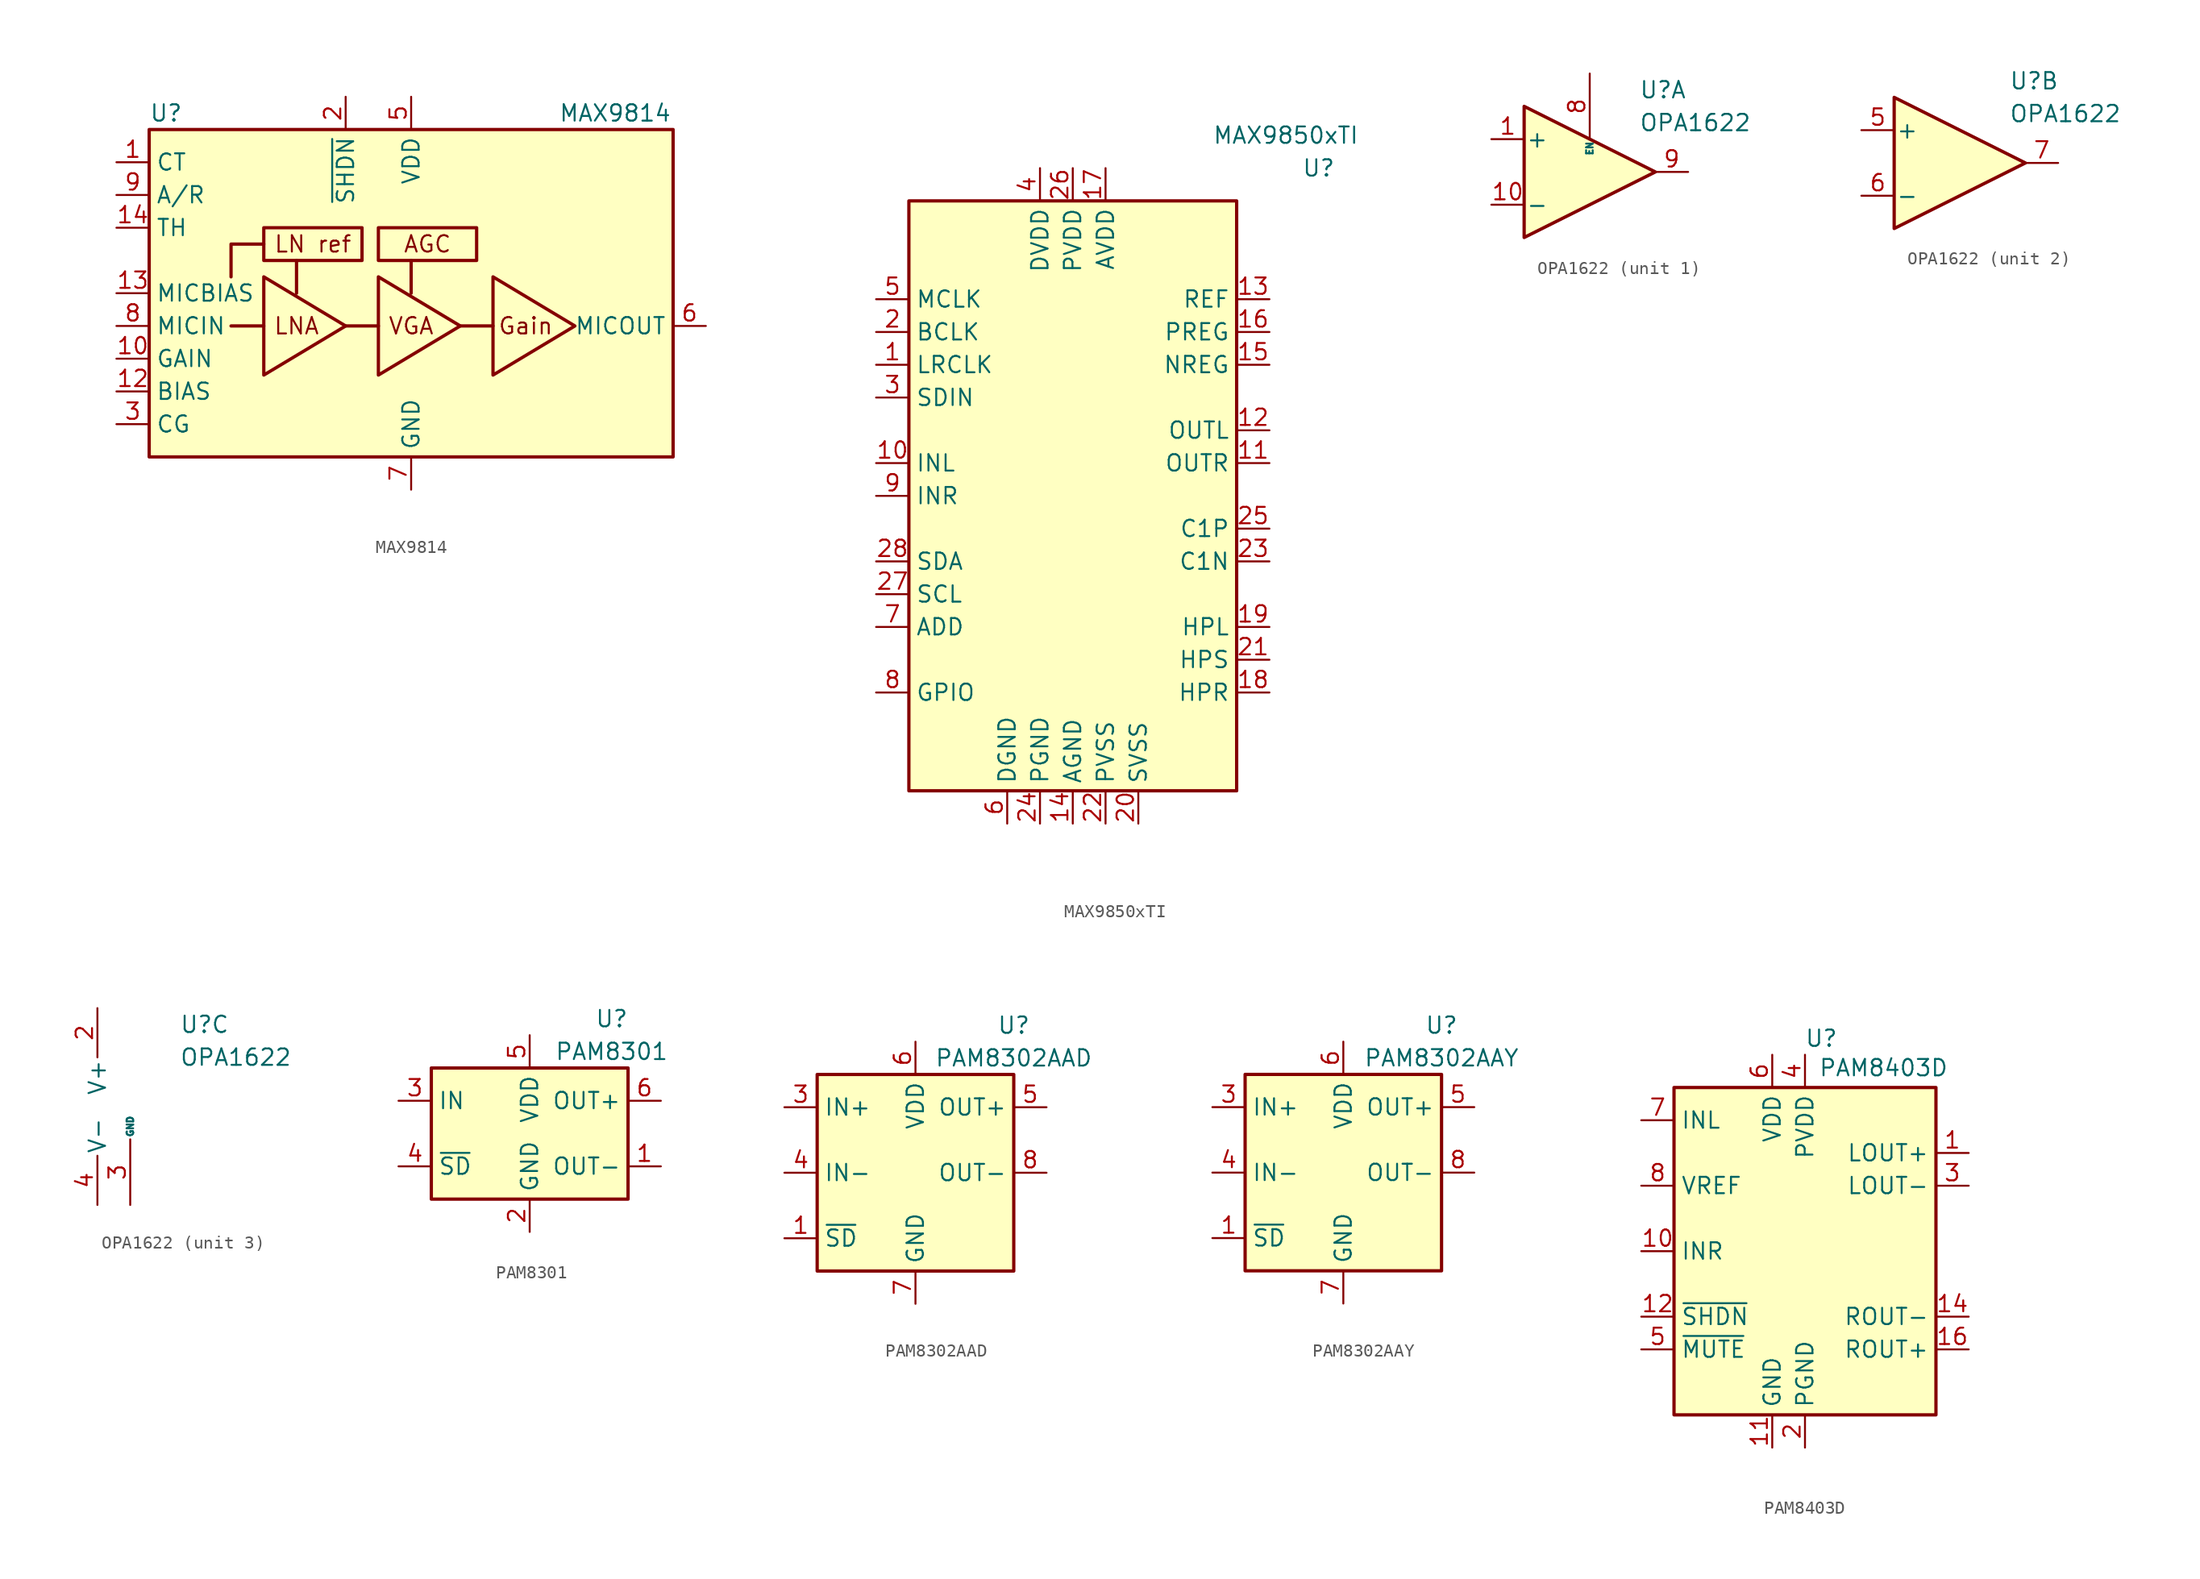
<source format=kicad_sym>
(kicad_symbol_lib
  (version 20241209)
  (generator "kicad_symbol_editor")
  (generator_version "9.0")
  (symbol "MAX9814"
    (property "Reference" "U"
      (at -20.32 13.97 0)
      (effects (font (size 1.27 1.27)) (justify left)))
    (property "Value" "MAX9814"
      (at 11.43 13.97 0)
      (effects (font (size 1.27 1.27)) (justify left)))
    (symbol "MAX9814_0_0"
      (rectangle (start -11.43 5.08) (end -3.81 2.54) (stroke (width 0.254) (type default)) (fill (type none)))
      (polyline (pts (xy -11.43 3.81) (xy -13.97 3.81) (xy -13.97 1.27)) (stroke (width 0.254) (type default)) (fill (type none)))
      (polyline (pts (xy -11.43 -2.54) (xy -13.97 -2.54)) (stroke (width 0.254) (type default)) (fill (type none)))
      (polyline (pts (xy -8.89 2.54) (xy -8.89 0)) (stroke (width 0.254) (type default)) (fill (type none)))
      (polyline (pts (xy -5.08 -2.54) (xy -11.43 1.27) (xy -11.43 -6.35) (xy -5.08 -2.54)) (stroke (width 0.254) (type default)) (fill (type none)))
      (rectangle (start -2.54 5.08) (end 5.08 2.54) (stroke (width 0.254) (type default)) (fill (type none)))
      (polyline (pts (xy -2.54 -2.54) (xy -5.08 -2.54)) (stroke (width 0.254) (type default)) (fill (type none)))
      (polyline (pts (xy 0 2.54) (xy 0 0)) (stroke (width 0.254) (type default)) (fill (type none)))
      (polyline (pts (xy 3.81 -2.54) (xy 6.35 -2.54)) (stroke (width 0.254) (type default)) (fill (type none)))
      (polyline (pts (xy 3.81 -2.54) (xy -2.54 1.27) (xy -2.54 -6.35) (xy 3.81 -2.54)) (stroke (width 0.254) (type default)) (fill (type none)))
      (polyline (pts (xy 12.7 -2.54) (xy 6.35 1.27) (xy 6.35 -6.35) (xy 12.7 -2.54)) (stroke (width 0.254) (type default)) (fill (type none)))
      (text "LNA" (at -8.89 -2.54 0) (effects (font (size 1.27 1.27))))
      (text "LN ref" (at -7.62 3.81 0) (effects (font (size 1.27 1.27))))
      (text "VGA" (at 0 -2.54 0) (effects (font (size 1.27 1.27))))
      (text "AGC" (at 1.27 3.81 0) (effects (font (size 1.27 1.27))))
      (text "Gain" (at 8.89 -2.54 0) (effects (font (size 1.27 1.27)))))
    (symbol "MAX9814_0_1"
      (rectangle (start -20.32 12.7) (end 20.32 -12.7) (stroke (width 0.254) (type default)) (fill (type background))))
    (symbol "MAX9814_1_1"
      (pin input line (at -22.86 10.16 0) (length 2.54) (name "CT" (effects (font (size 1.27 1.27)))) (number "1" (effects (font (size 1.27 1.27)))))
      (pin input line (at -22.86 7.62 0) (length 2.54) (name "A/R" (effects (font (size 1.27 1.27)))) (number "9" (effects (font (size 1.27 1.27)))))
      (pin input line (at -22.86 5.08 0) (length 2.54) (name "TH" (effects (font (size 1.27 1.27)))) (number "14" (effects (font (size 1.27 1.27)))))
      (pin output line (at -22.86 0 0) (length 2.54) (name "MICBIAS" (effects (font (size 1.27 1.27)))) (number "13" (effects (font (size 1.27 1.27)))))
      (pin input line (at -22.86 -2.54 0) (length 2.54) (name "MICIN" (effects (font (size 1.27 1.27)))) (number "8" (effects (font (size 1.27 1.27)))))
      (pin input line (at -22.86 -5.08 0) (length 2.54) (name "GAIN" (effects (font (size 1.27 1.27)))) (number "10" (effects (font (size 1.27 1.27)))))
      (pin passive line (at -22.86 -7.62 0) (length 2.54) (name "BIAS" (effects (font (size 1.27 1.27)))) (number "12" (effects (font (size 1.27 1.27)))))
      (pin passive line (at -22.86 -10.16 0) (length 2.54) (name "CG" (effects (font (size 1.27 1.27)))) (number "3" (effects (font (size 1.27 1.27)))))
      (pin input line (at -5.08 15.24 270) (length 2.54) (name "~{SHDN}" (effects (font (size 1.27 1.27)))) (number "2" (effects (font (size 1.27 1.27)))))
      (pin power_in line (at 0 15.24 270) (length 2.54) (name "VDD" (effects (font (size 1.27 1.27)))) (number "5" (effects (font (size 1.27 1.27)))))
      (pin passive line (at 0 -15.24 90) (length 2.54) (hide yes) (name "GND" (effects (font (size 1.27 1.27)))) (number "11" (effects (font (size 1.27 1.27)))))
      (pin passive line (at 0 -15.24 90) (length 2.54) (hide yes) (name "GND" (effects (font (size 1.27 1.27)))) (number "15" (effects (font (size 1.27 1.27)))))
      (pin passive line (at 0 -15.24 90) (length 2.54) (hide yes) (name "GND" (effects (font (size 1.27 1.27)))) (number "4" (effects (font (size 1.27 1.27)))))
      (pin power_in line (at 0 -15.24 90) (length 2.54) (name "GND" (effects (font (size 1.27 1.27)))) (number "7" (effects (font (size 1.27 1.27)))))
      (pin output line (at 22.86 -2.54 180) (length 2.54) (name "MICOUT" (effects (font (size 1.27 1.27)))) (number "6" (effects (font (size 1.27 1.27)))))))
  (symbol "MAX9850xTI"
    (property "Reference" "U"
      (at 19.05 25.4 0)
      (effects (font (size 1.27 1.27))))
    (property "Value" "MAX9850xTI"
      (at 16.51 27.94 0)
      (effects (font (size 1.27 1.27))))
    (symbol "MAX9850xTI_0_1"
      (rectangle (start -12.7 22.86) (end 12.7 -22.86) (stroke (width 0.254) (type default)) (fill (type background))))
    (symbol "MAX9850xTI_1_1"
      (pin input line (at -15.24 15.24 0) (length 2.54) (name "MCLK" (effects (font (size 1.27 1.27)))) (number "5" (effects (font (size 1.27 1.27)))))
      (pin bidirectional line (at -15.24 12.7 0) (length 2.54) (name "BCLK" (effects (font (size 1.27 1.27)))) (number "2" (effects (font (size 1.27 1.27)))))
      (pin bidirectional line (at -15.24 10.16 0) (length 2.54) (name "LRCLK" (effects (font (size 1.27 1.27)))) (number "1" (effects (font (size 1.27 1.27)))))
      (pin input line (at -15.24 7.62 0) (length 2.54) (name "SDIN" (effects (font (size 1.27 1.27)))) (number "3" (effects (font (size 1.27 1.27)))))
      (pin input line (at -15.24 2.54 0) (length 2.54) (name "INL" (effects (font (size 1.27 1.27)))) (number "10" (effects (font (size 1.27 1.27)))))
      (pin input line (at -15.24 0 0) (length 2.54) (name "INR" (effects (font (size 1.27 1.27)))) (number "9" (effects (font (size 1.27 1.27)))))
      (pin bidirectional line (at -15.24 -5.08 0) (length 2.54) (name "SDA" (effects (font (size 1.27 1.27)))) (number "28" (effects (font (size 1.27 1.27)))))
      (pin bidirectional line (at -15.24 -7.62 0) (length 2.54) (name "SCL" (effects (font (size 1.27 1.27)))) (number "27" (effects (font (size 1.27 1.27)))))
      (pin input line (at -15.24 -10.16 0) (length 2.54) (name "ADD" (effects (font (size 1.27 1.27)))) (number "7" (effects (font (size 1.27 1.27)))))
      (pin bidirectional line (at -15.24 -15.24 0) (length 2.54) (name "GPIO" (effects (font (size 1.27 1.27)))) (number "8" (effects (font (size 1.27 1.27)))))
      (pin power_in line (at -5.08 -25.4 90) (length 2.54) (name "DGND" (effects (font (size 1.27 1.27)))) (number "6" (effects (font (size 1.27 1.27)))))
      (pin power_in line (at -2.54 25.4 270) (length 2.54) (name "DVDD" (effects (font (size 1.27 1.27)))) (number "4" (effects (font (size 1.27 1.27)))))
      (pin power_in line (at -2.54 -25.4 90) (length 2.54) (name "PGND" (effects (font (size 1.27 1.27)))) (number "24" (effects (font (size 1.27 1.27)))))
      (pin power_in line (at 0 25.4 270) (length 2.54) (name "PVDD" (effects (font (size 1.27 1.27)))) (number "26" (effects (font (size 1.27 1.27)))))
      (pin power_in line (at 0 -25.4 90) (length 2.54) (name "AGND" (effects (font (size 1.27 1.27)))) (number "14" (effects (font (size 1.27 1.27)))))
      (pin passive line (at 0 -25.4 90) (length 2.54) (hide yes) (name "AGND" (effects (font (size 1.27 1.27)))) (number "29" (effects (font (size 1.27 1.27)))))
      (pin power_in line (at 2.54 25.4 270) (length 2.54) (name "AVDD" (effects (font (size 1.27 1.27)))) (number "17" (effects (font (size 1.27 1.27)))))
      (pin power_in line (at 2.54 -25.4 90) (length 2.54) (name "PVSS" (effects (font (size 1.27 1.27)))) (number "22" (effects (font (size 1.27 1.27)))))
      (pin power_in line (at 5.08 -25.4 90) (length 2.54) (name "SVSS" (effects (font (size 1.27 1.27)))) (number "20" (effects (font (size 1.27 1.27)))))
      (pin power_out line (at 15.24 15.24 180) (length 2.54) (name "REF" (effects (font (size 1.27 1.27)))) (number "13" (effects (font (size 1.27 1.27)))))
      (pin power_out line (at 15.24 12.7 180) (length 2.54) (name "PREG" (effects (font (size 1.27 1.27)))) (number "16" (effects (font (size 1.27 1.27)))))
      (pin power_out line (at 15.24 10.16 180) (length 2.54) (name "NREG" (effects (font (size 1.27 1.27)))) (number "15" (effects (font (size 1.27 1.27)))))
      (pin output line (at 15.24 5.08 180) (length 2.54) (name "OUTL" (effects (font (size 1.27 1.27)))) (number "12" (effects (font (size 1.27 1.27)))))
      (pin output line (at 15.24 2.54 180) (length 2.54) (name "OUTR" (effects (font (size 1.27 1.27)))) (number "11" (effects (font (size 1.27 1.27)))))
      (pin passive line (at 15.24 -2.54 180) (length 2.54) (name "C1P" (effects (font (size 1.27 1.27)))) (number "25" (effects (font (size 1.27 1.27)))))
      (pin passive line (at 15.24 -5.08 180) (length 2.54) (name "C1N" (effects (font (size 1.27 1.27)))) (number "23" (effects (font (size 1.27 1.27)))))
      (pin output line (at 15.24 -10.16 180) (length 2.54) (name "HPL" (effects (font (size 1.27 1.27)))) (number "19" (effects (font (size 1.27 1.27)))))
      (pin input line (at 15.24 -12.7 180) (length 2.54) (name "HPS" (effects (font (size 1.27 1.27)))) (number "21" (effects (font (size 1.27 1.27)))))
      (pin output line (at 15.24 -15.24 180) (length 2.54) (name "HPR" (effects (font (size 1.27 1.27)))) (number "18" (effects (font (size 1.27 1.27)))))))
  (symbol "OPA1622"
    (pin_names
      (offset 0.127))
    (property "Reference" "U"
      (at 3.81 6.35 0)
      (effects (font (size 1.27 1.27)) (justify left)))
    (property "Value" "OPA1622"
      (at 3.81 3.81 0)
      (effects (font (size 1.27 1.27)) (justify left)))
    (property "ki_locked" ""
      (at 0 0 0)
      (effects (font (size 1.27 1.27))))
    (symbol "OPA1622_1_1"
      (polyline (pts (xy -5.08 5.08) (xy 5.08 0) (xy -5.08 -5.08) (xy -5.08 5.08) (xy -5.08 5.08)) (stroke (width 0.254) (type default)) (fill (type background)))
      (pin input line (at -7.62 2.54 0) (length 2.54) (name "+" (effects (font (size 1.27 1.27)))) (number "1" (effects (font (size 1.27 1.27)))))
      (pin input line (at -7.62 -2.54 0) (length 2.54) (name "-" (effects (font (size 1.27 1.27)))) (number "10" (effects (font (size 1.27 1.27)))))
      (pin input line (at 0 7.62 270) (length 5.08) (name "EN" (effects (font (size 0.508 0.508)))) (number "8" (effects (font (size 1.27 1.27)))))
      (pin output line (at 7.62 0 180) (length 2.54) (name "~" (effects (font (size 1.27 1.27)))) (number "9" (effects (font (size 1.27 1.27))))))
    (symbol "OPA1622_2_1"
      (polyline (pts (xy -5.08 5.08) (xy 5.08 0) (xy -5.08 -5.08) (xy -5.08 5.08) (xy -5.08 5.08)) (stroke (width 0.254) (type default)) (fill (type background)))
      (pin input line (at -7.62 2.54 0) (length 2.54) (name "+" (effects (font (size 1.27 1.27)))) (number "5" (effects (font (size 1.27 1.27)))))
      (pin input line (at -7.62 -2.54 0) (length 2.54) (name "-" (effects (font (size 1.27 1.27)))) (number "6" (effects (font (size 1.27 1.27)))))
      (pin output line (at 7.62 0 180) (length 2.54) (name "~" (effects (font (size 1.27 1.27)))) (number "7" (effects (font (size 1.27 1.27))))))
    (symbol "OPA1622_3_1"
      (pin power_in line (at -2.54 7.62 270) (length 3.81) (name "V+" (effects (font (size 1.27 1.27)))) (number "2" (effects (font (size 1.27 1.27)))))
      (pin passive line (at -2.54 -7.62 90) (length 3.81) (hide yes) (name "V-" (effects (font (size 1.27 1.27)))) (number "11" (effects (font (size 1.27 1.27)))))
      (pin power_in line (at -2.54 -7.62 90) (length 3.81) (name "V-" (effects (font (size 1.27 1.27)))) (number "4" (effects (font (size 1.27 1.27)))))
      (pin power_in line (at 0 -7.62 90) (length 5.08) (name "GND" (effects (font (size 0.508 0.508)))) (number "3" (effects (font (size 1.27 1.27)))))))
  (symbol "PAM8301"
    (property "Reference" "U"
      (at 6.35 8.89 0)
      (effects (font (size 1.27 1.27))))
    (property "Value" "PAM8301"
      (at 6.35 6.35 0)
      (effects (font (size 1.27 1.27))))
    (symbol "PAM8301_0_1"
      (rectangle (start -7.62 5.08) (end 7.62 -5.08) (stroke (width 0.254) (type default)) (fill (type background))))
    (symbol "PAM8301_1_1"
      (pin input line (at -10.16 2.54 0) (length 2.54) (name "IN" (effects (font (size 1.27 1.27)))) (number "3" (effects (font (size 1.27 1.27)))))
      (pin input line (at -10.16 -2.54 0) (length 2.54) (name "~{SD}" (effects (font (size 1.27 1.27)))) (number "4" (effects (font (size 1.27 1.27)))))
      (pin power_in line (at 0 7.62 270) (length 2.54) (name "VDD" (effects (font (size 1.27 1.27)))) (number "5" (effects (font (size 1.27 1.27)))))
      (pin power_in line (at 0 -7.62 90) (length 2.54) (name "GND" (effects (font (size 1.27 1.27)))) (number "2" (effects (font (size 1.27 1.27)))))
      (pin output line (at 10.16 2.54 180) (length 2.54) (name "OUT+" (effects (font (size 1.27 1.27)))) (number "6" (effects (font (size 1.27 1.27)))))
      (pin output line (at 10.16 -2.54 180) (length 2.54) (name "OUT-" (effects (font (size 1.27 1.27)))) (number "1" (effects (font (size 1.27 1.27)))))))
  (symbol "PAM8302AAD"
    (property "Reference" "U"
      (at 7.62 11.43 0)
      (effects (font (size 1.27 1.27))))
    (property "Value" "PAM8302AAD"
      (at 7.62 8.89 0)
      (effects (font (size 1.27 1.27))))
    (symbol "PAM8302AAD_0_1"
      (rectangle (start -7.62 7.62) (end 7.62 -7.62) (stroke (width 0.254) (type default)) (fill (type background))))
    (symbol "PAM8302AAD_1_1"
      (pin input line (at -10.16 5.08 0) (length 2.54) (name "IN+" (effects (font (size 1.27 1.27)))) (number "3" (effects (font (size 1.27 1.27)))))
      (pin input line (at -10.16 0 0) (length 2.54) (name "IN-" (effects (font (size 1.27 1.27)))) (number "4" (effects (font (size 1.27 1.27)))))
      (pin input line (at -10.16 -5.08 0) (length 2.54) (name "~{SD}" (effects (font (size 1.27 1.27)))) (number "1" (effects (font (size 1.27 1.27)))))
      (pin power_in line (at 0 10.16 270) (length 2.54) (name "VDD" (effects (font (size 1.27 1.27)))) (number "6" (effects (font (size 1.27 1.27)))))
      (pin power_in line (at 0 -10.16 90) (length 2.54) (name "GND" (effects (font (size 1.27 1.27)))) (number "7" (effects (font (size 1.27 1.27)))))
      (pin no_connect line (at 7.62 -5.08 180) (length 2.54) (hide yes) (name "NC" (effects (font (size 1.27 1.27)))) (number "2" (effects (font (size 1.27 1.27)))))
      (pin output line (at 10.16 5.08 180) (length 2.54) (name "OUT+" (effects (font (size 1.27 1.27)))) (number "5" (effects (font (size 1.27 1.27)))))
      (pin output line (at 10.16 0 180) (length 2.54) (name "OUT-" (effects (font (size 1.27 1.27)))) (number "8" (effects (font (size 1.27 1.27)))))))
  (symbol "PAM8302AAY"
    (property "Reference" "U"
      (at 7.62 11.43 0)
      (effects (font (size 1.27 1.27))))
    (property "Value" "PAM8302AAY"
      (at 7.62 8.89 0)
      (effects (font (size 1.27 1.27))))
    (symbol "PAM8302AAY_0_1"
      (rectangle (start -7.62 7.62) (end 7.62 -7.62) (stroke (width 0.254) (type default)) (fill (type background))))
    (symbol "PAM8302AAY_1_1"
      (pin input line (at -10.16 5.08 0) (length 2.54) (name "IN+" (effects (font (size 1.27 1.27)))) (number "3" (effects (font (size 1.27 1.27)))))
      (pin input line (at -10.16 0 0) (length 2.54) (name "IN-" (effects (font (size 1.27 1.27)))) (number "4" (effects (font (size 1.27 1.27)))))
      (pin input line (at -10.16 -5.08 0) (length 2.54) (name "~{SD}" (effects (font (size 1.27 1.27)))) (number "1" (effects (font (size 1.27 1.27)))))
      (pin power_in line (at 0 10.16 270) (length 2.54) (name "VDD" (effects (font (size 1.27 1.27)))) (number "6" (effects (font (size 1.27 1.27)))))
      (pin power_in line (at 0 -10.16 90) (length 2.54) (name "GND" (effects (font (size 1.27 1.27)))) (number "7" (effects (font (size 1.27 1.27)))))
      (pin no_connect line (at 7.62 -5.08 180) (length 2.54) (hide yes) (name "NC" (effects (font (size 1.27 1.27)))) (number "2" (effects (font (size 1.27 1.27)))))
      (pin output line (at 10.16 5.08 180) (length 2.54) (name "OUT+" (effects (font (size 1.27 1.27)))) (number "5" (effects (font (size 1.27 1.27)))))
      (pin output line (at 10.16 0 180) (length 2.54) (name "OUT-" (effects (font (size 1.27 1.27)))) (number "8" (effects (font (size 1.27 1.27)))))))
  (symbol "PAM8403D"
    (property "Reference" "U"
      (at 1.27 16.51 0)
      (effects (font (size 1.27 1.27))))
    (property "Value" "PAM8403D"
      (at 6.096 14.224 0)
      (effects (font (size 1.27 1.27))))
    (symbol "PAM8403D_0_1"
      (rectangle (start -10.16 12.7) (end 10.16 -12.7) (stroke (width 0.254) (type default)) (fill (type background))))
    (symbol "PAM8403D_1_1"
      (pin input line (at -12.7 10.16 0) (length 2.54) (name "INL" (effects (font (size 1.27 1.27)))) (number "7" (effects (font (size 1.27 1.27)))))
      (pin input line (at -12.7 5.08 0) (length 2.54) (name "VREF" (effects (font (size 1.27 1.27)))) (number "8" (effects (font (size 1.27 1.27)))))
      (pin input line (at -12.7 0 0) (length 2.54) (name "INR" (effects (font (size 1.27 1.27)))) (number "10" (effects (font (size 1.27 1.27)))))
      (pin input line (at -12.7 -5.08 0) (length 2.54) (name "~{SHDN}" (effects (font (size 1.27 1.27)))) (number "12" (effects (font (size 1.27 1.27)))))
      (pin input line (at -12.7 -7.62 0) (length 2.54) (name "~{MUTE}" (effects (font (size 1.27 1.27)))) (number "5" (effects (font (size 1.27 1.27)))))
      (pin power_in line (at -2.54 15.24 270) (length 2.54) (name "VDD" (effects (font (size 1.27 1.27)))) (number "6" (effects (font (size 1.27 1.27)))))
      (pin power_in line (at -2.54 -15.24 90) (length 2.54) (name "GND" (effects (font (size 1.27 1.27)))) (number "11" (effects (font (size 1.27 1.27)))))
      (pin passive line (at 0 15.24 270) (length 2.54) (hide yes) (name "PVDD" (effects (font (size 1.27 1.27)))) (number "13" (effects (font (size 1.27 1.27)))))
      (pin power_in line (at 0 15.24 270) (length 2.54) (name "PVDD" (effects (font (size 1.27 1.27)))) (number "4" (effects (font (size 1.27 1.27)))))
      (pin passive line (at 0 -15.24 90) (length 2.54) (hide yes) (name "PGND" (effects (font (size 1.27 1.27)))) (number "15" (effects (font (size 1.27 1.27)))))
      (pin power_in line (at 0 -15.24 90) (length 2.54) (name "PGND" (effects (font (size 1.27 1.27)))) (number "2" (effects (font (size 1.27 1.27)))))
      (pin no_connect line (at 10.16 -10.16 180) (length 2.54) (hide yes) (name "NC" (effects (font (size 1.27 1.27)))) (number "9" (effects (font (size 1.27 1.27)))))
      (pin output line (at 12.7 7.62 180) (length 2.54) (name "LOUT+" (effects (font (size 1.27 1.27)))) (number "1" (effects (font (size 1.27 1.27)))))
      (pin output line (at 12.7 5.08 180) (length 2.54) (name "LOUT-" (effects (font (size 1.27 1.27)))) (number "3" (effects (font (size 1.27 1.27)))))
      (pin output line (at 12.7 -5.08 180) (length 2.54) (name "ROUT-" (effects (font (size 1.27 1.27)))) (number "14" (effects (font (size 1.27 1.27)))))
      (pin output line (at 12.7 -7.62 180) (length 2.54) (name "ROUT+" (effects (font (size 1.27 1.27)))) (number "16" (effects (font (size 1.27 1.27))))))))
</source>
